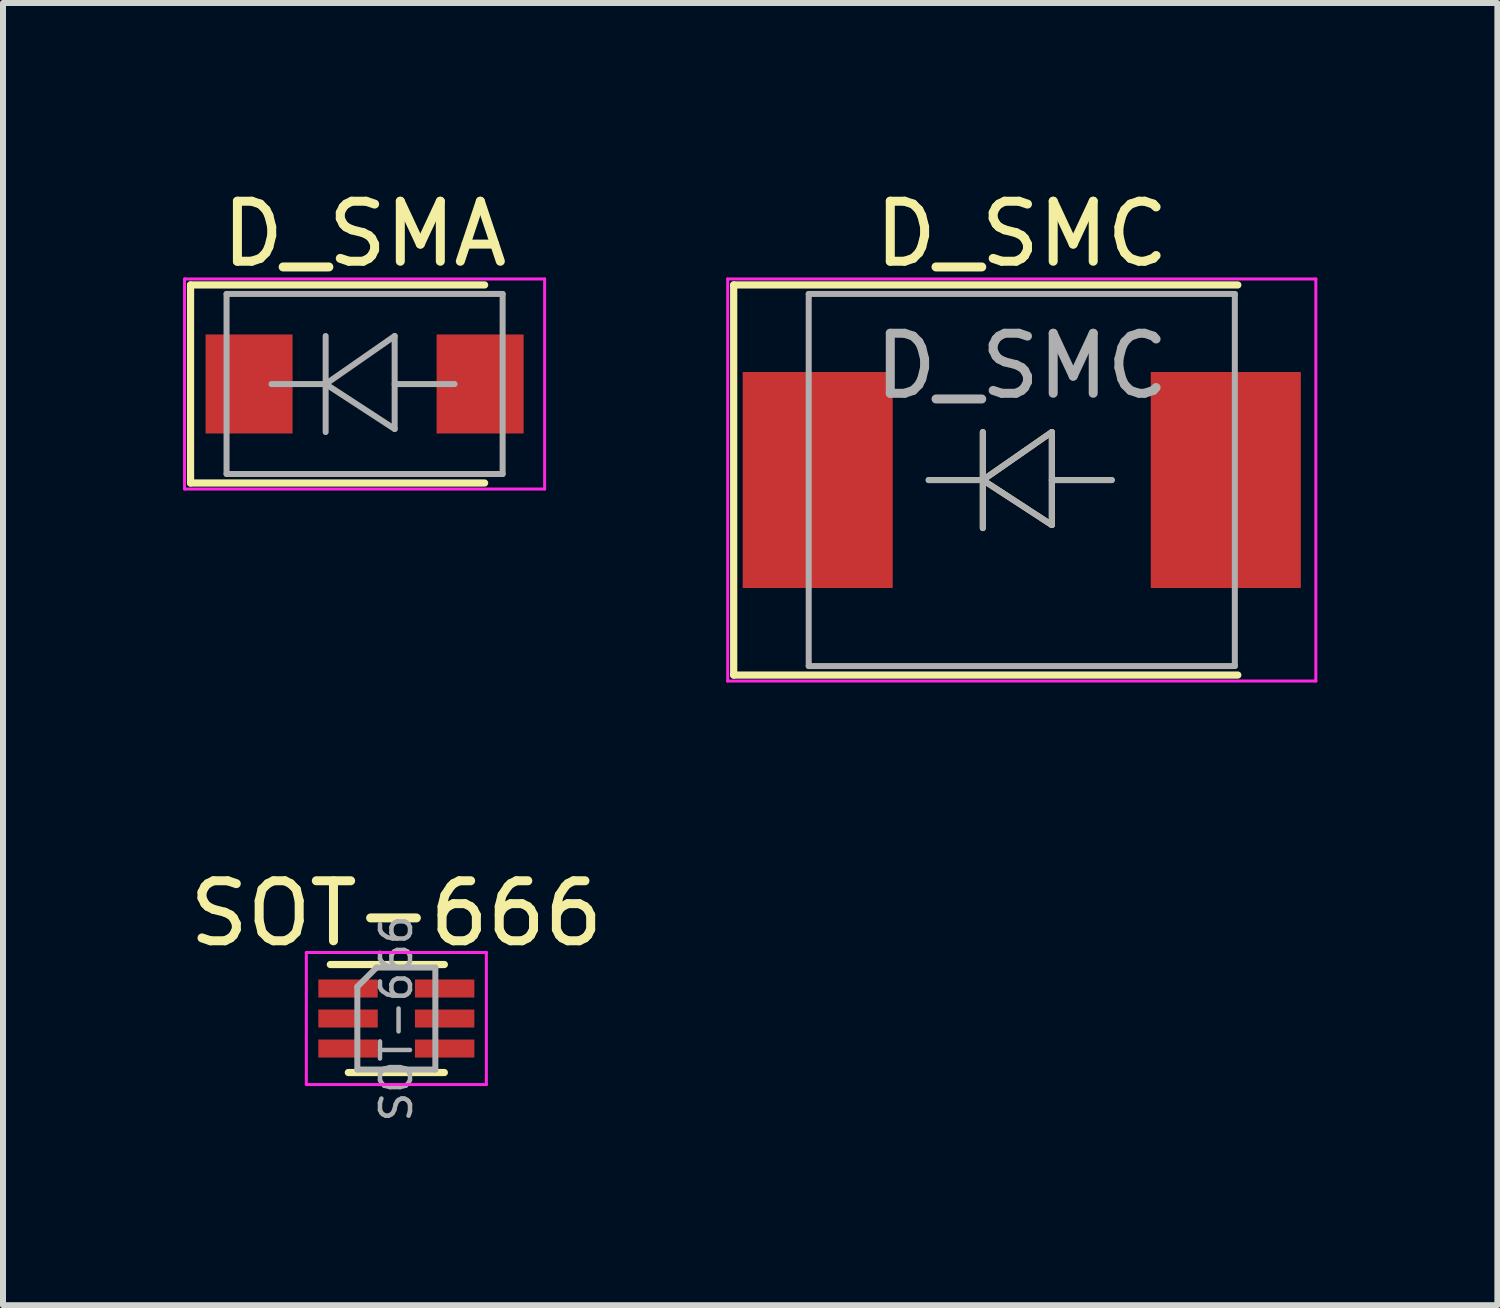
<source format=kicad_pcb>
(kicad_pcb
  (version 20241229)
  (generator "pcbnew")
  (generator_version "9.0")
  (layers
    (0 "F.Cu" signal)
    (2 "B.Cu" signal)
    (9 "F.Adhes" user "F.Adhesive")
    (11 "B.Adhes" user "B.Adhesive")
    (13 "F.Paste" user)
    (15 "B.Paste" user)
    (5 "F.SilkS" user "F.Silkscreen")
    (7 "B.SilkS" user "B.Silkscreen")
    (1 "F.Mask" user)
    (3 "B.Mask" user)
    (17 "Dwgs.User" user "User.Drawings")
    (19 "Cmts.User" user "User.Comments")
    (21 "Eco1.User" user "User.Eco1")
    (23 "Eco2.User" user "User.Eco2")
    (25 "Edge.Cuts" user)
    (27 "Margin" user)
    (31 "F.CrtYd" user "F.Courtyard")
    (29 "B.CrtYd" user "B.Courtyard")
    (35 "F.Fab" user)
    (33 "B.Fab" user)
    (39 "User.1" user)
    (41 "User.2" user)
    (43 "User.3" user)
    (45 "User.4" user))
  (footprint "SOT-666"
    (layer "F.Cu")
    (at 3.554 13.921)
    (property "Reference" "SOT-666" (at 0 -1.75 0) (layer "F.SilkS") (effects (font (size 1 1) (thickness 0.15))))
    (attr smd)
    (fp_line (start -0.8 0.9) (end 0.8 0.9) (stroke (width 0.12) (type solid)) (layer "F.SilkS"))
    (fp_line (start 0.8 -0.9) (end -1.1 -0.9) (stroke (width 0.12) (type solid)) (layer "F.SilkS"))
    (fp_line (start -1.5 -1.1) (end -1.5 1.1) (stroke (width 0.05) (type solid)) (layer "F.CrtYd"))
    (fp_line (start -1.5 -1.1) (end 1.5 -1.1) (stroke (width 0.05) (type solid)) (layer "F.CrtYd"))
    (fp_line (start -1.5 1.1) (end 1.5 1.1) (stroke (width 0.05) (type solid)) (layer "F.CrtYd"))
    (fp_line (start 1.5 1.1) (end 1.5 -1.1) (stroke (width 0.05) (type solid)) (layer "F.CrtYd"))
    (fp_line (start -0.65 -0.53) (end -0.65 0.85) (stroke (width 0.1) (type solid)) (layer "F.Fab"))
    (fp_line (start -0.65 -0.53) (end -0.33 -0.85) (stroke (width 0.1) (type solid)) (layer "F.Fab"))
    (fp_line (start 0.65 -0.85) (end -0.33 -0.85) (stroke (width 0.1) (type solid)) (layer "F.Fab"))
    (fp_line (start 0.65 -0.85) (end 0.65 0.85) (stroke (width 0.1) (type solid)) (layer "F.Fab"))
    (fp_line (start 0.65 0.85) (end -0.65 0.85) (stroke (width 0.1) (type solid)) (layer "F.Fab"))
    (fp_text user "${REFERENCE}" (at 0 0 90) (layer "F.Fab") (effects (font (size 0.5 0.5) (thickness 0.075))))
    (pad "1" smd rect (at -0.805 -0.5) (size 0.99 0.3) (layers "F.Cu" "F.Mask" "F.Paste"))
    (pad "2" smd rect (at -0.805 0) (size 0.99 0.3) (layers "F.Cu" "F.Mask" "F.Paste"))
    (pad "3" smd rect (at -0.805 0.5) (size 0.99 0.3) (layers "F.Cu" "F.Mask" "F.Paste"))
    (pad "4" smd rect (at 0.805 0.5) (size 0.99 0.3) (layers "F.Cu" "F.Mask" "F.Paste"))
    (pad "5" smd rect (at 0.805 0) (size 0.99 0.3) (layers "F.Cu" "F.Mask" "F.Paste"))
    (pad "6" smd rect (at 0.805 -0.5) (size 0.99 0.3) (layers "F.Cu" "F.Mask" "F.Paste")))
  (footprint "D_SMC"
    (layer "F.Cu")
    (at 13.975 4.948)
    (property "Reference" "D_SMC" (at 0 -4.1 0) (layer "F.SilkS") (effects (font (size 1 1) (thickness 0.15))))
    (attr smd)
    (fp_line (start -4.8 -3.25) (end 3.6 -3.25) (stroke (width 0.12) (type solid)) (layer "F.SilkS"))
    (fp_line (start -4.8 3.25) (end -4.8 -3.25) (stroke (width 0.12) (type solid)) (layer "F.SilkS"))
    (fp_line (start -4.8 3.25) (end 3.6 3.25) (stroke (width 0.12) (type solid)) (layer "F.SilkS"))
    (fp_line (start -0.649 -0.799) (end -0.649 0.801) (stroke (width 0.1) (type solid)) (layer "F.SilkS"))
    (fp_line (start -0.649 0.001) (end -1.551 0.001) (stroke (width 0.1) (type solid)) (layer "F.SilkS"))
    (fp_line (start -0.649 0.001) (end 0.501 -0.799) (stroke (width 0.1) (type solid)) (layer "F.SilkS"))
    (fp_line (start -0.649 0.001) (end 0.501 0.75) (stroke (width 0.1) (type solid)) (layer "F.SilkS"))
    (fp_line (start 0.501 0.001) (end 1.499 0.001) (stroke (width 0.1) (type solid)) (layer "F.SilkS"))
    (fp_line (start 0.501 0.75) (end 0.501 -0.799) (stroke (width 0.1) (type solid)) (layer "F.SilkS"))
    (fp_line (start -4.9 -3.35) (end 4.9 -3.35) (stroke (width 0.05) (type solid)) (layer "F.CrtYd"))
    (fp_line (start -4.9 3.35) (end -4.9 -3.35) (stroke (width 0.05) (type solid)) (layer "F.CrtYd"))
    (fp_line (start 4.9 -3.35) (end 4.9 3.35) (stroke (width 0.05) (type solid)) (layer "F.CrtYd"))
    (fp_line (start 4.9 3.35) (end -4.9 3.35) (stroke (width 0.05) (type solid)) (layer "F.CrtYd"))
    (fp_line (start -3.55 3.1) (end -3.55 -3.1) (stroke (width 0.1) (type solid)) (layer "F.Fab"))
    (fp_line (start -0.649 -0.799) (end -0.649 0.801) (stroke (width 0.1) (type solid)) (layer "F.Fab"))
    (fp_line (start -0.649 0.001) (end -1.551 0.001) (stroke (width 0.1) (type solid)) (layer "F.Fab"))
    (fp_line (start -0.649 0.001) (end 0.501 -0.799) (stroke (width 0.1) (type solid)) (layer "F.Fab"))
    (fp_line (start -0.649 0.001) (end 0.501 0.75) (stroke (width 0.1) (type solid)) (layer "F.Fab"))
    (fp_line (start 0.501 0.001) (end 1.499 0.001) (stroke (width 0.1) (type solid)) (layer "F.Fab"))
    (fp_line (start 0.501 0.75) (end 0.501 -0.799) (stroke (width 0.1) (type solid)) (layer "F.Fab"))
    (fp_line (start 3.55 -3.1) (end -3.55 -3.1) (stroke (width 0.1) (type solid)) (layer "F.Fab"))
    (fp_line (start 3.55 -3.1) (end 3.55 3.1) (stroke (width 0.1) (type solid)) (layer "F.Fab"))
    (fp_line (start 3.55 3.1) (end -3.55 3.1) (stroke (width 0.1) (type solid)) (layer "F.Fab"))
    (fp_text user "${REFERENCE}" (at 0 -1.9 0) (layer "F.Fab") (effects (font (size 1 1) (thickness 0.15))))
    (pad "1" smd rect (at -3.4 0 90) (size 3.6 2.5) (layers "F.Cu" "F.Mask" "F.Paste"))
    (pad "2" smd rect (at 3.4 0 90) (size 3.6 2.5) (layers "F.Cu" "F.Mask" "F.Paste")))
  (footprint "D_SMA"
    (layer "F.Cu")
    (at 3.025 3.348)
    (property "Reference" "D_SMA" (at 0 -2.5 0) (layer "F.SilkS") (effects (font (size 1 1) (thickness 0.15))))
    (attr smd)
    (fp_line (start -2.9 -1.65) (end -2.9 1.65) (stroke (width 0.12) (type solid)) (layer "F.SilkS"))
    (fp_line (start -2.9 -1.65) (end 2 -1.65) (stroke (width 0.12) (type solid)) (layer "F.SilkS"))
    (fp_line (start -2.9 1.65) (end 2 1.65) (stroke (width 0.12) (type solid)) (layer "F.SilkS"))
    (fp_line (start -3 -1.75) (end 3 -1.75) (stroke (width 0.05) (type solid)) (layer "F.CrtYd"))
    (fp_line (start -3 1.75) (end -3 -1.75) (stroke (width 0.05) (type solid)) (layer "F.CrtYd"))
    (fp_line (start 3 -1.75) (end 3 1.75) (stroke (width 0.05) (type solid)) (layer "F.CrtYd"))
    (fp_line (start 3 1.75) (end -3 1.75) (stroke (width 0.05) (type solid)) (layer "F.CrtYd"))
    (fp_line (start -2.3 1.5) (end -2.3 -1.5) (stroke (width 0.1) (type solid)) (layer "F.Fab"))
    (fp_line (start -0.649 -0.799) (end -0.649 0.801) (stroke (width 0.1) (type solid)) (layer "F.Fab"))
    (fp_line (start -0.649 0.001) (end -1.551 0.001) (stroke (width 0.1) (type solid)) (layer "F.Fab"))
    (fp_line (start -0.649 0.001) (end 0.501 -0.799) (stroke (width 0.1) (type solid)) (layer "F.Fab"))
    (fp_line (start -0.649 0.001) (end 0.501 0.75) (stroke (width 0.1) (type solid)) (layer "F.Fab"))
    (fp_line (start 0.501 0.001) (end 1.499 0.001) (stroke (width 0.1) (type solid)) (layer "F.Fab"))
    (fp_line (start 0.501 0.75) (end 0.501 -0.799) (stroke (width 0.1) (type solid)) (layer "F.Fab"))
    (fp_line (start 2.3 -1.5) (end -2.3 -1.5) (stroke (width 0.1) (type solid)) (layer "F.Fab"))
    (fp_line (start 2.3 -1.5) (end 2.3 1.5) (stroke (width 0.1) (type solid)) (layer "F.Fab"))
    (fp_line (start 2.3 1.5) (end -2.3 1.5) (stroke (width 0.1) (type solid)) (layer "F.Fab"))
    (pad "1" smd rect (at -1.925 0) (size 1.45 1.65) (layers "F.Cu" "F.Mask" "F.Paste"))
    (pad "2" smd rect (at 1.925 0) (size 1.45 1.65) (layers "F.Cu" "F.Mask" "F.Paste")))
  (gr_rect
    (start -3 -3)
    (end 21.9 18.698)
    (stroke (width 0.1) (type default))
    (fill no)
    (layer "Edge.Cuts")))
</source>
